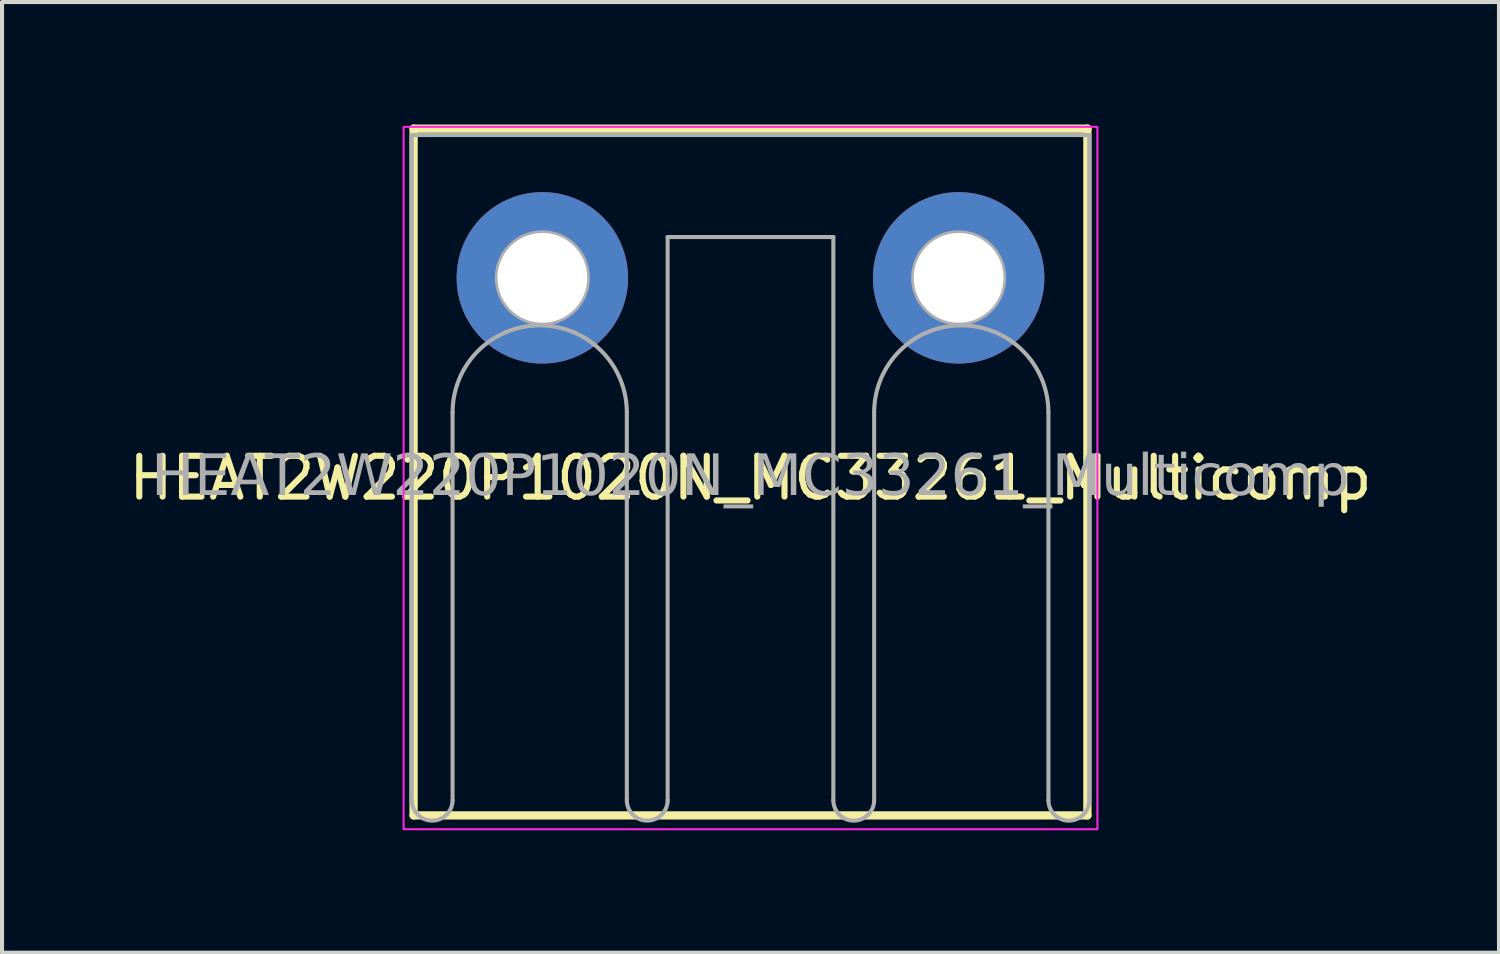
<source format=kicad_pcb>
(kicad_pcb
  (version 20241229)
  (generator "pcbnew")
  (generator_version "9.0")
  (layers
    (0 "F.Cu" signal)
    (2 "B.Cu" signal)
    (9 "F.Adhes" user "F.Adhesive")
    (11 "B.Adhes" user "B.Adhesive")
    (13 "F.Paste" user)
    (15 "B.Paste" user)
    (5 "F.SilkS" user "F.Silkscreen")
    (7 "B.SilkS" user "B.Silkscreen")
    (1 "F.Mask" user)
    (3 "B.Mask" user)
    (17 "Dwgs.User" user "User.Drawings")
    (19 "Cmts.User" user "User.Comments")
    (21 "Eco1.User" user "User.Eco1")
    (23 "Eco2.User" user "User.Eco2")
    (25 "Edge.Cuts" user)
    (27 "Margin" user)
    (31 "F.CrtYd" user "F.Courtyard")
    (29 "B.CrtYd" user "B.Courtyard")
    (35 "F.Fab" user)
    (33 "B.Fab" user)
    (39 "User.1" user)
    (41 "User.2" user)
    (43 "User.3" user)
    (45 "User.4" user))
  (footprint "HEAT2W220P1020N_MC33261_Multicomp"
    (layer "F.Cu")
    (at 15.339 8.674)
    (property "Reference" "HEAT2W220P1020N_MC33261_Multicomp" (at 0 -0.011 0) (layer "F.SilkS") (effects (font (size 1 1) (thickness 0.15))))
    (attr through_hole)
    (fp_line (start -8.255 -8.572) (end 8.255 -8.572) (stroke (width 0.203) (type solid)) (layer "F.SilkS"))
    (fp_line (start -8.255 8.255) (end -8.255 -8.572) (stroke (width 0.203) (type solid)) (layer "F.SilkS"))
    (fp_line (start 8.255 -8.572) (end 8.255 8.255) (stroke (width 0.203) (type solid)) (layer "F.SilkS"))
    (fp_line (start 8.255 8.255) (end -8.255 8.255) (stroke (width 0.203) (type solid)) (layer "F.SilkS"))
    (fp_rect (start -8.5 -8.616) (end 8.5 8.594) (stroke (width 0.05) (type default)) (fill no) (layer "F.CrtYd"))
    (fp_line (start -8.3 -8.416) (end 8.3 -8.416) (stroke (width 0.1) (type solid)) (layer "F.Fab"))
    (fp_line (start -8.3 7.884) (end -8.3 -8.416) (stroke (width 0.1) (type solid)) (layer "F.Fab"))
    (fp_line (start -7.3 7.884) (end -7.3 -1.616) (stroke (width 0.1) (type solid)) (layer "F.Fab"))
    (fp_line (start -3.03 7.884) (end -3.03 -1.616) (stroke (width 0.1) (type solid)) (layer "F.Fab"))
    (fp_line (start -2.03 7.884) (end -2.03 -5.916) (stroke (width 0.1) (type solid)) (layer "F.Fab"))
    (fp_line (start 2.03 -5.916) (end -2.03 -5.916) (stroke (width 0.1) (type solid)) (layer "F.Fab"))
    (fp_line (start 2.03 7.884) (end 2.03 -5.916) (stroke (width 0.1) (type solid)) (layer "F.Fab"))
    (fp_line (start 3.03 7.884) (end 3.03 -1.616) (stroke (width 0.1) (type solid)) (layer "F.Fab"))
    (fp_line (start 7.3 7.884) (end 7.3 -1.616) (stroke (width 0.1) (type solid)) (layer "F.Fab"))
    (fp_line (start 8.3 7.884) (end 8.3 -8.416) (stroke (width 0.1) (type solid)) (layer "F.Fab"))
    (fp_arc (start -7.3 -1.61645) (mid -5.165 -3.75145) (end -3.03 -1.61645) (stroke (width 0.1) (type default)) (layer "F.Fab"))
    (fp_arc (start -7.3 7.88355) (mid -7.8 8.38355) (end -8.3 7.88355) (stroke (width 0.1) (type default)) (layer "F.Fab"))
    (fp_arc (start -2.03 7.88355) (mid -2.53 8.38355) (end -3.03 7.88355) (stroke (width 0.1) (type default)) (layer "F.Fab"))
    (fp_arc (start 3.03 -1.61645) (mid 5.165 -3.75145) (end 7.3 -1.61645) (stroke (width 0.1) (type default)) (layer "F.Fab"))
    (fp_arc (start 3.03 7.88355) (mid 2.53 8.38355) (end 2.03 7.88355) (stroke (width 0.1) (type default)) (layer "F.Fab"))
    (fp_arc (start 8.3 7.88355) (mid 7.8 8.38355) (end 7.3 7.88355) (stroke (width 0.1) (type default)) (layer "F.Fab"))
    (fp_circle (center -5.1 -4.916) (end -3.985 -4.916) (stroke (width 0.1) (type default)) (fill no) (layer "F.Fab"))
    (fp_circle (center 5.1 -4.916) (end 6.215 -4.916) (stroke (width 0.1) (type default)) (fill no) (layer "F.Fab"))
    (fp_text user "${REFERENCE}" (at 0 -0.011 0) (layer "F.Fab") (effects (font (face "Tahoma") (size 1 1) (thickness 0.15))))
    (pad "1" thru_hole circle (at -5.1 -4.916) (size 4.2 4.2) (drill 2.2) (layers "*.Cu" "*.Mask"))
    (pad "2" thru_hole circle (at 5.1 -4.916) (size 4.2 4.2) (drill 2.2) (layers "*.Cu" "*.Mask")))
  (gr_rect
    (start -3 -3)
    (end 33.679 20.293)
    (stroke (width 0.1) (type default))
    (fill no)
    (layer "Edge.Cuts")))
</source>
